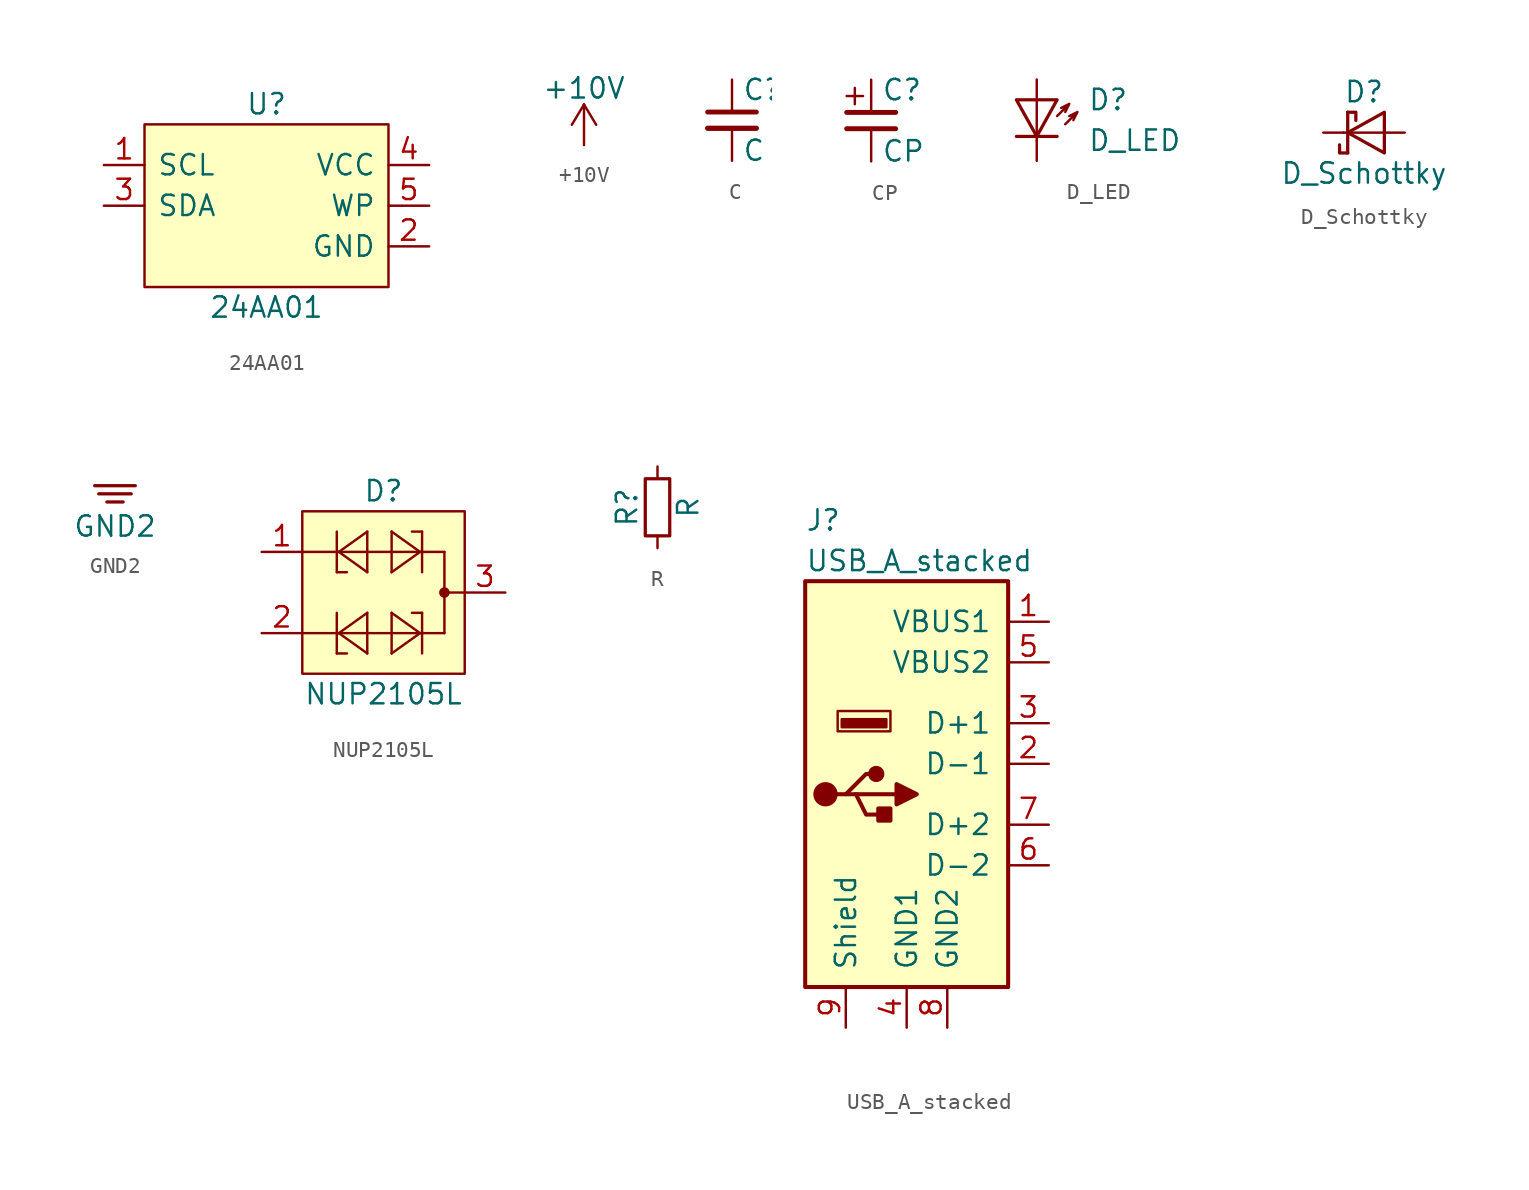
<source format=kicad_sym>
(kicad_symbol_lib
  (version 20211014)
  (generator kicad_symbol_editor)
  (symbol "24AA01"
    (pin_names
      (offset 0.762))
    (property "Reference" "U"
      (at 0 6.35 0)
      (effects (font (size 1.27 1.27))))
    (property "Value" "24AA01"
      (at 0 -6.35 0)
      (effects (font (size 1.27 1.27))))
    (property "Datasheet" ""
      (at 0 6.35 0)
      (effects (font (size 1.524 1.524))))
    (symbol "24AA01_1_0"
      (pin power_in line (at 10.16 -2.54 180) (length 2.54) (name "GND" (effects (font (size 1.27 1.27)))) (number "2" (effects (font (size 1.27 1.27)))))
      (pin power_in line (at 10.16 2.54 180) (length 2.54) (name "VCC" (effects (font (size 1.27 1.27)))) (number "4" (effects (font (size 1.27 1.27))))))
    (symbol "24AA01_1_1"
      (rectangle (start -7.62 -5.08) (end 7.62 5.08) (stroke (width 0) (type default) (color 0 0 0 0)) (fill (type background)))
      (pin input line (at -10.16 2.54 0) (length 2.54) (name "SCL" (effects (font (size 1.27 1.27)))) (number "1" (effects (font (size 1.27 1.27)))))
      (pin bidirectional line (at -10.16 0 0) (length 2.54) (name "SDA" (effects (font (size 1.27 1.27)))) (number "3" (effects (font (size 1.27 1.27)))))
      (pin passive line (at 10.16 0 180) (length 2.54) (name "WP" (effects (font (size 1.27 1.27)))) (number "5" (effects (font (size 1.27 1.27)))))))
  (symbol "+10V"
    (power)
    (pin_names
      (offset 0))
    (property "Reference" "#PWR"
      (at 0 -3.81 0)
      (effects (font (size 1.27 1.27)) hide))
    (property "Value" "+10V"
      (at 0 3.556 0)
      (effects (font (size 1.27 1.27))))
    (property "Footprint" ""
      (at 0 0 0)
      (effects (font (size 1.27 1.27))))
    (property "Datasheet" ""
      (at 0 0 0)
      (effects (font (size 1.27 1.27))))
    (symbol "+10V_0_1"
      (polyline (pts (xy -0.762 1.27) (xy 0 2.54)) (stroke (width 0) (type default) (color 0 0 0 0)) (fill (type none)))
      (polyline (pts (xy 0 0) (xy 0 2.54)) (stroke (width 0) (type default) (color 0 0 0 0)) (fill (type none)))
      (polyline (pts (xy 0 2.54) (xy 0.762 1.27)) (stroke (width 0) (type default) (color 0 0 0 0)) (fill (type none))))
    (symbol "+10V_1_1"
      (pin power_in line (at 0 0 90) (length 0) hide (name "+10V" (effects (font (size 1.27 1.27)))) (number "1" (effects (font (size 1.27 1.27)))))))
  (symbol "C"
    (pin_numbers hide)
    (pin_names
      (offset 0.254) hide)
    (property "Reference" "C"
      (at 0.635 1.905 0)
      (effects (font (size 1.27 1.27)) (justify left)))
    (property "Value" "C"
      (at 0.635 -1.905 0)
      (effects (font (size 1.27 1.27)) (justify left)))
    (property "Datasheet" ""
      (at 0.635 1.905 0)
      (effects (font (size 1.27 1.27))))
    (symbol "C_0_1"
      (polyline (pts (xy -1.524 -0.508) (xy 1.524 -0.508)) (stroke (width 0.33) (type default) (color 0 0 0 0)) (fill (type none)))
      (polyline (pts (xy -1.524 0.508) (xy 0 0.508) (xy 1.524 0.508)) (stroke (width 0.305) (type default) (color 0 0 0 0)) (fill (type none))))
    (symbol "C_1_1"
      (pin passive line (at 0 2.54 270) (length 1.905) (name "~" (effects (font (size 1.016 1.016)))) (number "1" (effects (font (size 1.016 1.016)))))
      (pin passive line (at 0 -2.54 90) (length 2.032) (name "~" (effects (font (size 1.016 1.016)))) (number "2" (effects (font (size 1.016 1.016)))))))
  (symbol "CP"
    (pin_numbers hide)
    (pin_names
      (offset 0.254) hide)
    (property "Reference" "C"
      (at 0.635 1.905 0)
      (effects (font (size 1.27 1.27)) (justify left)))
    (property "Value" "CP"
      (at 0.635 -1.905 0)
      (effects (font (size 1.27 1.27)) (justify left)))
    (property "Datasheet" ""
      (at 0.635 1.905 0)
      (effects (font (size 1.27 1.27))))
    (symbol "CP_0_0"
      (polyline (pts (xy -1.524 -0.508) (xy 1.524 -0.508)) (stroke (width 0.305) (type default) (color 0 0 0 0)) (fill (type none)))
      (polyline (pts (xy -1.524 0.508) (xy 1.524 0.508)) (stroke (width 0.305) (type default) (color 0 0 0 0)) (fill (type none))))
    (symbol "CP_0_1"
      (polyline (pts (xy -1.524 1.524) (xy -0.508 1.524)) (stroke (width 0) (type default) (color 0 0 0 0)) (fill (type none)))
      (polyline (pts (xy -1.016 1.016) (xy -1.016 2.032)) (stroke (width 0) (type default) (color 0 0 0 0)) (fill (type none))))
    (symbol "CP_1_1"
      (pin passive line (at 0 2.54 270) (length 2.032) (name "~" (effects (font (size 1.016 1.016)))) (number "1" (effects (font (size 1.016 1.016)))))
      (pin passive line (at 0 -2.54 90) (length 2.032) (name "~" (effects (font (size 1.016 1.016)))) (number "2" (effects (font (size 1.016 1.016)))))))
  (symbol "D_LED"
    (pin_numbers hide)
    (pin_names
      (offset 1.016) hide)
    (property "Reference" "D"
      (at 3.175 1.27 0)
      (effects (font (size 1.27 1.27)) (justify left)))
    (property "Value" "D_LED"
      (at 3.175 -1.27 0)
      (effects (font (size 1.27 1.27)) (justify left)))
    (symbol "D_LED_0_1"
      (polyline (pts (xy 0 -1.27) (xy 0 1.27)) (stroke (width 0) (type default) (color 0 0 0 0)) (fill (type none)))
      (polyline (pts (xy 1.27 -1.016) (xy -1.27 -1.016)) (stroke (width 0.203) (type default) (color 0 0 0 0)) (fill (type none)))
      (polyline (pts (xy 1.27 1.27) (xy -1.27 1.27) (xy 0 -1.016) (xy 1.27 1.27)) (stroke (width 0.203) (type default) (color 0 0 0 0)) (fill (type none)))
      (polyline (pts (xy 1.778 -0.254) (xy 2.54 0.508) (xy 2.032 0.254) (xy 2.54 0.508) (xy 2.286 0)) (stroke (width 0) (type default) (color 0 0 0 0)) (fill (type none)))
      (polyline (pts (xy 1.27 0.254) (xy 1.524 0.508) (xy 2.032 1.016) (xy 1.524 0.762) (xy 2.032 1.016) (xy 1.778 0.508)) (stroke (width 0) (type default) (color 0 0 0 0)) (fill (type none))))
    (symbol "D_LED_1_1"
      (pin passive line (at 0 -2.54 90) (length 1.27) (name "K" (effects (font (size 1.27 1.27)))) (number "1" (effects (font (size 1.27 1.27)))))
      (pin passive line (at 0 2.54 270) (length 1.27) (name "A" (effects (font (size 1.27 1.27)))) (number "2" (effects (font (size 1.27 1.27)))))))
  (symbol "D_Schottky"
    (pin_numbers hide)
    (pin_names
      (offset 0.254) hide)
    (property "Reference" "D"
      (at 0 2.54 0)
      (effects (font (size 1.27 1.27))))
    (property "Value" "D_Schottky"
      (at 0 -2.54 0)
      (effects (font (size 1.27 1.27))))
    (property "Footprint" ""
      (at 0 0 90)
      (effects (font (size 1.27 1.27))))
    (property "Datasheet" ""
      (at 0 0 90)
      (effects (font (size 1.27 1.27))))
    (symbol "D_Schottky_0_1"
      (polyline (pts (xy -1.016 -1.27) (xy -1.016 1.27)) (stroke (width 0.203) (type default) (color 0 0 0 0)) (fill (type none)))
      (polyline (pts (xy 1.27 0) (xy -1.27 0)) (stroke (width 0) (type default) (color 0 0 0 0)) (fill (type none)))
      (polyline (pts (xy -1.016 -1.27) (xy -1.524 -1.27) (xy -1.524 -0.762)) (stroke (width 0.203) (type default) (color 0 0 0 0)) (fill (type none)))
      (polyline (pts (xy -1.016 1.27) (xy -0.508 1.27) (xy -0.508 0.762)) (stroke (width 0.203) (type default) (color 0 0 0 0)) (fill (type none)))
      (polyline (pts (xy 1.27 -1.27) (xy -1.016 0) (xy 1.27 1.27) (xy 1.27 -1.27)) (stroke (width 0.203) (type default) (color 0 0 0 0)) (fill (type none))))
    (symbol "D_Schottky_1_1"
      (pin passive line (at -2.54 0 0) (length 1.27) (name "K" (effects (font (size 1.27 1.27)))) (number "1" (effects (font (size 1.27 1.27)))))
      (pin passive line (at 2.54 0 180) (length 1.27) (name "A" (effects (font (size 1.27 1.27)))) (number "2" (effects (font (size 1.27 1.27)))))))
  (symbol "GND2"
    (power)
    (pin_names
      (offset 0))
    (property "Reference" "#PWR"
      (at 0 -6.35 0)
      (effects (font (size 1.27 1.27)) hide))
    (property "Value" "GND2"
      (at 0 -3.81 0)
      (effects (font (size 1.27 1.27))))
    (property "Footprint" ""
      (at 0 0 0)
      (effects (font (size 1.27 1.27))))
    (property "Datasheet" ""
      (at 0 0 0)
      (effects (font (size 1.27 1.27))))
    (symbol "GND2_0_1"
      (polyline (pts (xy -1.27 -1.27) (xy 1.27 -1.27)) (stroke (width 0.203) (type default) (color 0 0 0 0)) (fill (type none)))
      (polyline (pts (xy -1.016 -1.778) (xy 1.016 -1.778)) (stroke (width 0.203) (type default) (color 0 0 0 0)) (fill (type none)))
      (polyline (pts (xy -0.508 -2.286) (xy 0.508 -2.286)) (stroke (width 0.203) (type default) (color 0 0 0 0)) (fill (type none))))
    (symbol "GND2_1_1"
      (pin power_in line (at 0 0 270) (length 1.27) hide (name "GND" (effects (font (size 1.27 1.27)))) (number "1" (effects (font (size 1.27 1.27)))))))
  (symbol "NUP2105L"
    (pin_names
      (offset 1.016) hide)
    (property "Reference" "D"
      (at 0 6.35 0)
      (effects (font (size 1.27 1.27))))
    (property "Value" "NUP2105L"
      (at 0 -6.35 0)
      (effects (font (size 1.27 1.27))))
    (symbol "NUP2105L_1_0"
      (rectangle (start -5.08 5.08) (end 5.08 -5.08) (stroke (width 0) (type default) (color 0 0 0 0)) (fill (type background)))
      (polyline (pts (xy -5.08 2.54) (xy 3.81 2.54)) (stroke (width 0) (type default) (color 0 0 0 0)) (fill (type none)))
      (polyline (pts (xy -2.921 -3.81) (xy -2.921 -1.27)) (stroke (width 0) (type default) (color 0 0 0 0)) (fill (type none)))
      (polyline (pts (xy -2.921 -3.81) (xy -2.286 -3.81)) (stroke (width 0) (type default) (color 0 0 0 0)) (fill (type none)))
      (polyline (pts (xy -2.921 1.27) (xy -2.921 3.81)) (stroke (width 0) (type default) (color 0 0 0 0)) (fill (type none)))
      (polyline (pts (xy -2.921 1.27) (xy -2.286 1.27)) (stroke (width 0) (type default) (color 0 0 0 0)) (fill (type none)))
      (polyline (pts (xy -2.794 -2.54) (xy -1.016 -3.81)) (stroke (width 0) (type default) (color 0 0 0 0)) (fill (type none)))
      (polyline (pts (xy -2.794 2.54) (xy -1.016 1.27)) (stroke (width 0) (type default) (color 0 0 0 0)) (fill (type none)))
      (polyline (pts (xy -1.016 -3.81) (xy -1.016 -1.27)) (stroke (width 0) (type default) (color 0 0 0 0)) (fill (type none)))
      (polyline (pts (xy -1.016 -1.27) (xy -2.794 -2.54)) (stroke (width 0) (type default) (color 0 0 0 0)) (fill (type none)))
      (polyline (pts (xy -1.016 1.27) (xy -1.016 3.81)) (stroke (width 0) (type default) (color 0 0 0 0)) (fill (type none)))
      (polyline (pts (xy -1.016 3.81) (xy -2.794 2.54)) (stroke (width 0) (type default) (color 0 0 0 0)) (fill (type none)))
      (polyline (pts (xy 0.508 -3.81) (xy 2.286 -2.54)) (stroke (width 0) (type default) (color 0 0 0 0)) (fill (type none)))
      (polyline (pts (xy 0.508 -1.27) (xy 0.508 -3.81)) (stroke (width 0) (type default) (color 0 0 0 0)) (fill (type none)))
      (polyline (pts (xy 0.508 1.27) (xy 2.286 2.54)) (stroke (width 0) (type default) (color 0 0 0 0)) (fill (type none)))
      (polyline (pts (xy 0.508 3.81) (xy 0.508 1.27)) (stroke (width 0) (type default) (color 0 0 0 0)) (fill (type none)))
      (polyline (pts (xy 2.286 -2.54) (xy 0.508 -1.27)) (stroke (width 0) (type default) (color 0 0 0 0)) (fill (type none)))
      (polyline (pts (xy 2.286 2.54) (xy 0.508 3.81)) (stroke (width 0) (type default) (color 0 0 0 0)) (fill (type none)))
      (polyline (pts (xy 2.413 -1.27) (xy 1.778 -1.27)) (stroke (width 0) (type default) (color 0 0 0 0)) (fill (type none)))
      (polyline (pts (xy 2.413 -1.27) (xy 2.413 -3.81)) (stroke (width 0) (type default) (color 0 0 0 0)) (fill (type none)))
      (polyline (pts (xy 2.413 3.81) (xy 1.778 3.81)) (stroke (width 0) (type default) (color 0 0 0 0)) (fill (type none)))
      (polyline (pts (xy 2.413 3.81) (xy 2.413 1.27)) (stroke (width 0) (type default) (color 0 0 0 0)) (fill (type none)))
      (polyline (pts (xy 3.81 -2.54) (xy -5.08 -2.54)) (stroke (width 0) (type default) (color 0 0 0 0)) (fill (type none)))
      (polyline (pts (xy 3.81 0) (xy 5.08 0)) (stroke (width 0) (type default) (color 0 0 0 0)) (fill (type none)))
      (polyline (pts (xy 3.81 2.54) (xy 3.81 -2.54)) (stroke (width 0) (type default) (color 0 0 0 0)) (fill (type none)))
      (circle (center 3.81 0) (radius 0.254) (stroke (width 0) (type default) (color 0 0 0 0)) (fill (type outline))))
    (symbol "NUP2105L_1_1"
      (pin passive line (at -7.62 2.54 0) (length 2.54) (name "1" (effects (font (size 1.27 1.27)))) (number "1" (effects (font (size 1.27 1.27)))))
      (pin passive line (at -7.62 -2.54 0) (length 2.54) (name "2" (effects (font (size 1.27 1.27)))) (number "2" (effects (font (size 1.27 1.27)))))
      (pin passive line (at 7.62 0 180) (length 2.54) (name "3" (effects (font (size 1.27 1.27)))) (number "3" (effects (font (size 1.27 1.27)))))))
  (symbol "R"
    (pin_numbers hide)
    (pin_names
      (offset 0.254) hide)
    (property "Reference" "R"
      (at -1.905 0 90)
      (effects (font (size 1.27 1.27))))
    (property "Value" "R"
      (at 1.905 0 90)
      (effects (font (size 1.27 1.27))))
    (property "Datasheet" ""
      (at 0 0 0)
      (effects (font (size 1.27 1.27))))
    (symbol "R_0_1"
      (rectangle (start -0.762 1.778) (end 0.762 -1.778) (stroke (width 0.203) (type default) (color 0 0 0 0)) (fill (type none))))
    (symbol "R_1_1"
      (pin passive line (at 0 2.54 270) (length 0.762) (name "~" (effects (font (size 1.016 1.016)))) (number "1" (effects (font (size 1.016 1.016)))))
      (pin passive line (at 0 -2.54 90) (length 0.762) (name "~" (effects (font (size 1.016 1.016)))) (number "2" (effects (font (size 1.016 1.016)))))))
  (symbol "USB_A_stacked"
    (pin_names
      (offset 1.016))
    (property "Reference" "J"
      (at -6.35 16.51 0)
      (effects (font (size 1.27 1.27)) (justify left)))
    (property "Value" "USB_A_stacked"
      (at -6.35 13.97 0)
      (effects (font (size 1.27 1.27)) (justify left)))
    (symbol "USB_A_stacked_0_1"
      (rectangle (start -6.35 -12.7) (end 6.35 12.7) (stroke (width 0.254) (type default) (color 0 0 0 0)) (fill (type background)))
      (circle (center -5.08 -0.635) (radius 0.635) (stroke (width 0.254) (type default) (color 0 0 0 0)) (fill (type outline)))
      (circle (center -1.905 0.635) (radius 0.381) (stroke (width 0.254) (type default) (color 0 0 0 0)) (fill (type outline)))
      (rectangle (start -1.27 3.556) (end -4.064 4.064) (stroke (width 0) (type default) (color 0 0 0 0)) (fill (type outline)))
      (rectangle (start -1.016 -1.524) (end -1.778 -2.286) (stroke (width 0.254) (type default) (color 0 0 0 0)) (fill (type outline)))
      (rectangle (start -1.016 3.302) (end -4.318 4.572) (stroke (width 0) (type default) (color 0 0 0 0)) (fill (type none)))
      (polyline (pts (xy -4.445 -0.635) (xy -3.81 -0.635) (xy -2.54 0.635) (xy -1.905 0.635)) (stroke (width 0.254) (type default) (color 0 0 0 0)) (fill (type none)))
      (polyline (pts (xy -3.81 -0.635) (xy -3.175 -0.635) (xy -2.54 -1.905) (xy -1.27 -1.905)) (stroke (width 0.254) (type default) (color 0 0 0 0)) (fill (type none)))
      (polyline (pts (xy -0.635 0) (xy -0.635 -1.27) (xy 0.635 -0.635) (xy -0.635 0)) (stroke (width 0.254) (type default) (color 0 0 0 0)) (fill (type outline))))
    (symbol "USB_A_stacked_1_1"
      (polyline (pts (xy -3.175 -0.635) (xy -0.635 -0.635)) (stroke (width 0.254) (type default) (color 0 0 0 0)) (fill (type none)))
      (pin power_in line (at 8.89 10.16 180) (length 2.54) (name "VBUS1" (effects (font (size 1.27 1.27)))) (number "1" (effects (font (size 1.27 1.27)))))
      (pin passive line (at 8.89 1.27 180) (length 2.54) (name "D-1" (effects (font (size 1.27 1.27)))) (number "2" (effects (font (size 1.27 1.27)))))
      (pin passive line (at 8.89 3.81 180) (length 2.54) (name "D+1" (effects (font (size 1.27 1.27)))) (number "3" (effects (font (size 1.27 1.27)))))
      (pin power_in line (at 0 -15.24 90) (length 2.54) (name "GND1" (effects (font (size 1.27 1.27)))) (number "4" (effects (font (size 1.27 1.27)))))
      (pin power_in line (at 8.89 7.62 180) (length 2.54) (name "VBUS2" (effects (font (size 1.27 1.27)))) (number "5" (effects (font (size 1.27 1.27)))))
      (pin passive line (at 8.89 -5.08 180) (length 2.54) (name "D-2" (effects (font (size 1.27 1.27)))) (number "6" (effects (font (size 1.27 1.27)))))
      (pin passive line (at 8.89 -2.54 180) (length 2.54) (name "D+2" (effects (font (size 1.27 1.27)))) (number "7" (effects (font (size 1.27 1.27)))))
      (pin power_in line (at 2.54 -15.24 90) (length 2.54) (name "GND2" (effects (font (size 1.27 1.27)))) (number "8" (effects (font (size 1.27 1.27)))))
      (pin passive line (at -3.81 -15.24 90) (length 2.54) (name "Shield" (effects (font (size 1.27 1.27)))) (number "9" (effects (font (size 1.27 1.27))))))))
</source>
